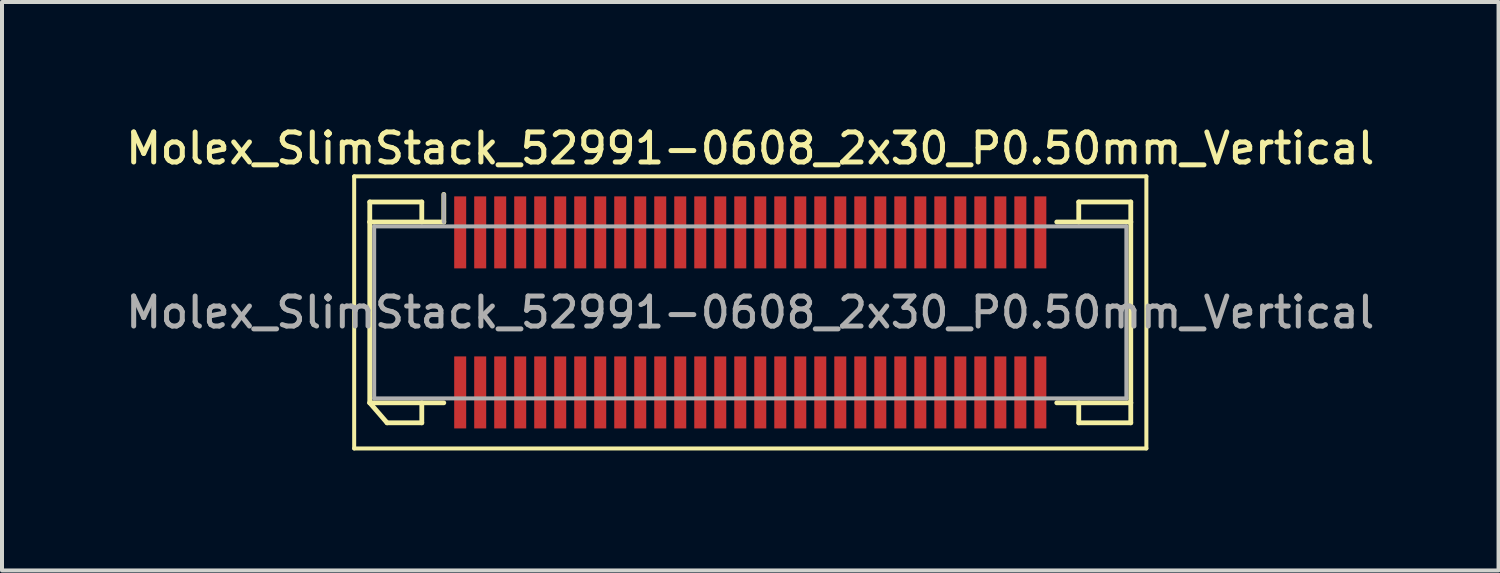
<source format=kicad_pcb>
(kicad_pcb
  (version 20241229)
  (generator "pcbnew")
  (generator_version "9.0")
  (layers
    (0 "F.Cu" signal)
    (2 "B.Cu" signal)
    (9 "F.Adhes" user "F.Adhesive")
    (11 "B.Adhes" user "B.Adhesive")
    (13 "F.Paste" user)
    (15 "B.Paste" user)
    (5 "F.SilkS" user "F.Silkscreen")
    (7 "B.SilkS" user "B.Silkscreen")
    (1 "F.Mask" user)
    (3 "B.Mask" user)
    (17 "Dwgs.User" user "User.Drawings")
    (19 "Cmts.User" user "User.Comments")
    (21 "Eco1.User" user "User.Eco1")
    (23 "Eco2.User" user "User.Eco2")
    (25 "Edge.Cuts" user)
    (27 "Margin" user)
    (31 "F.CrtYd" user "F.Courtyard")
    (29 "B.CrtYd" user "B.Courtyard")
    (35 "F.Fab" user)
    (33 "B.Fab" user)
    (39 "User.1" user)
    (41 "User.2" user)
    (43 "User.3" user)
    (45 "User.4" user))
  (footprint "Molex_SlimStack_52991-0608_2x30_P0.50mm_Vertical"
    (layer "F.Cu")
    (at 15.702 4.758)
    (property "Reference" "Molex_SlimStack_52991-0608_2x30_P0.50mm_Vertical" (at 0 -4.1 0) (layer "F.SilkS") (effects (font (size 0.75 0.75) (thickness 0.125))))
    (attr smd)
    (fp_line (start -9.9 -3.4) (end -9.9 3.4) (stroke (width 0.1) (type solid)) (layer "F.SilkS"))
    (fp_line (start -9.9 3.4) (end 9.9 3.4) (stroke (width 0.1) (type solid)) (layer "F.SilkS"))
    (fp_line (start -9.51 -2.76) (end -8.21 -2.76) (stroke (width 0.12) (type solid)) (layer "F.SilkS"))
    (fp_line (start -9.51 -2.26) (end -9.51 -2.76) (stroke (width 0.12) (type solid)) (layer "F.SilkS"))
    (fp_line (start -9.51 -2.26) (end -7.66 -2.26) (stroke (width 0.12) (type solid)) (layer "F.SilkS"))
    (fp_line (start -9.51 2.26) (end -9.51 -2.26) (stroke (width 0.12) (type solid)) (layer "F.SilkS"))
    (fp_line (start -9.51 2.26) (end -9.077 2.76) (stroke (width 0.12) (type solid)) (layer "F.SilkS"))
    (fp_line (start -9.077 2.76) (end -8.21 2.76) (stroke (width 0.12) (type solid)) (layer "F.SilkS"))
    (fp_line (start -8.21 -2.76) (end -8.21 -2.26) (stroke (width 0.12) (type solid)) (layer "F.SilkS"))
    (fp_line (start -8.21 2.76) (end -8.21 2.26) (stroke (width 0.12) (type solid)) (layer "F.SilkS"))
    (fp_line (start -7.66 -2.26) (end -7.66 -2.95) (stroke (width 0.12) (type solid)) (layer "F.SilkS"))
    (fp_line (start -7.66 2.26) (end -9.51 2.26) (stroke (width 0.12) (type solid)) (layer "F.SilkS"))
    (fp_line (start 7.66 2.26) (end 9.51 2.26) (stroke (width 0.12) (type solid)) (layer "F.SilkS"))
    (fp_line (start 8.21 -2.76) (end 8.21 -2.26) (stroke (width 0.12) (type solid)) (layer "F.SilkS"))
    (fp_line (start 8.21 2.76) (end 8.21 2.26) (stroke (width 0.12) (type solid)) (layer "F.SilkS"))
    (fp_line (start 9.51 -2.76) (end 8.21 -2.76) (stroke (width 0.12) (type solid)) (layer "F.SilkS"))
    (fp_line (start 9.51 -2.26) (end 7.66 -2.26) (stroke (width 0.12) (type solid)) (layer "F.SilkS"))
    (fp_line (start 9.51 -2.26) (end 9.51 -2.76) (stroke (width 0.12) (type solid)) (layer "F.SilkS"))
    (fp_line (start 9.51 2.26) (end 9.51 -2.26) (stroke (width 0.12) (type solid)) (layer "F.SilkS"))
    (fp_line (start 9.51 2.26) (end 9.51 2.76) (stroke (width 0.12) (type solid)) (layer "F.SilkS"))
    (fp_line (start 9.51 2.76) (end 8.21 2.76) (stroke (width 0.12) (type solid)) (layer "F.SilkS"))
    (fp_line (start 9.9 -3.4) (end -9.9 -3.4) (stroke (width 0.1) (type solid)) (layer "F.SilkS"))
    (fp_line (start 9.9 3.4) (end 9.9 -3.4) (stroke (width 0.1) (type solid)) (layer "F.SilkS"))
    (fp_line (start -9.4 -2.15) (end -9.4 2.15) (stroke (width 0.1) (type solid)) (layer "F.Fab"))
    (fp_line (start -9.4 2.15) (end 9.4 2.15) (stroke (width 0.1) (type solid)) (layer "F.Fab"))
    (fp_line (start -7.66 -2.26) (end -7.66 -2.95) (stroke (width 0.1) (type solid)) (layer "F.Fab"))
    (fp_line (start 9.4 -2.15) (end -9.4 -2.15) (stroke (width 0.1) (type solid)) (layer "F.Fab"))
    (fp_line (start 9.4 2.15) (end 9.4 -2.15) (stroke (width 0.1) (type solid)) (layer "F.Fab"))
    (fp_text user "${REFERENCE}" (at 0 0 0) (layer "F.Fab") (effects (font (size 0.75 0.75) (thickness 0.125))))
    (pad "1" smd rect (at -7.25 -2) (size 0.3 1.8) (layers "F.Cu" "F.Mask" "F.Paste"))
    (pad "2" smd rect (at -7.25 2) (size 0.3 1.8) (layers "F.Cu" "F.Mask" "F.Paste"))
    (pad "3" smd rect (at -6.75 -2) (size 0.3 1.8) (layers "F.Cu" "F.Mask" "F.Paste"))
    (pad "4" smd rect (at -6.75 2) (size 0.3 1.8) (layers "F.Cu" "F.Mask" "F.Paste"))
    (pad "5" smd rect (at -6.25 -2) (size 0.3 1.8) (layers "F.Cu" "F.Mask" "F.Paste"))
    (pad "6" smd rect (at -6.25 2) (size 0.3 1.8) (layers "F.Cu" "F.Mask" "F.Paste"))
    (pad "7" smd rect (at -5.75 -2) (size 0.3 1.8) (layers "F.Cu" "F.Mask" "F.Paste"))
    (pad "8" smd rect (at -5.75 2) (size 0.3 1.8) (layers "F.Cu" "F.Mask" "F.Paste"))
    (pad "9" smd rect (at -5.25 -2) (size 0.3 1.8) (layers "F.Cu" "F.Mask" "F.Paste"))
    (pad "10" smd rect (at -5.25 2) (size 0.3 1.8) (layers "F.Cu" "F.Mask" "F.Paste"))
    (pad "11" smd rect (at -4.75 -2) (size 0.3 1.8) (layers "F.Cu" "F.Mask" "F.Paste"))
    (pad "12" smd rect (at -4.75 2) (size 0.3 1.8) (layers "F.Cu" "F.Mask" "F.Paste"))
    (pad "13" smd rect (at -4.25 -2) (size 0.3 1.8) (layers "F.Cu" "F.Mask" "F.Paste"))
    (pad "14" smd rect (at -4.25 2) (size 0.3 1.8) (layers "F.Cu" "F.Mask" "F.Paste"))
    (pad "15" smd rect (at -3.75 -2) (size 0.3 1.8) (layers "F.Cu" "F.Mask" "F.Paste"))
    (pad "16" smd rect (at -3.75 2) (size 0.3 1.8) (layers "F.Cu" "F.Mask" "F.Paste"))
    (pad "17" smd rect (at -3.25 -2) (size 0.3 1.8) (layers "F.Cu" "F.Mask" "F.Paste"))
    (pad "18" smd rect (at -3.25 2) (size 0.3 1.8) (layers "F.Cu" "F.Mask" "F.Paste"))
    (pad "19" smd rect (at -2.75 -2) (size 0.3 1.8) (layers "F.Cu" "F.Mask" "F.Paste"))
    (pad "20" smd rect (at -2.75 2) (size 0.3 1.8) (layers "F.Cu" "F.Mask" "F.Paste"))
    (pad "21" smd rect (at -2.25 -2) (size 0.3 1.8) (layers "F.Cu" "F.Mask" "F.Paste"))
    (pad "22" smd rect (at -2.25 2) (size 0.3 1.8) (layers "F.Cu" "F.Mask" "F.Paste"))
    (pad "23" smd rect (at -1.75 -2) (size 0.3 1.8) (layers "F.Cu" "F.Mask" "F.Paste"))
    (pad "24" smd rect (at -1.75 2) (size 0.3 1.8) (layers "F.Cu" "F.Mask" "F.Paste"))
    (pad "25" smd rect (at -1.25 -2) (size 0.3 1.8) (layers "F.Cu" "F.Mask" "F.Paste"))
    (pad "26" smd rect (at -1.25 2) (size 0.3 1.8) (layers "F.Cu" "F.Mask" "F.Paste"))
    (pad "27" smd rect (at -0.75 -2) (size 0.3 1.8) (layers "F.Cu" "F.Mask" "F.Paste"))
    (pad "28" smd rect (at -0.75 2) (size 0.3 1.8) (layers "F.Cu" "F.Mask" "F.Paste"))
    (pad "29" smd rect (at -0.25 -2) (size 0.3 1.8) (layers "F.Cu" "F.Mask" "F.Paste"))
    (pad "30" smd rect (at -0.25 2) (size 0.3 1.8) (layers "F.Cu" "F.Mask" "F.Paste"))
    (pad "31" smd rect (at 0.25 -2) (size 0.3 1.8) (layers "F.Cu" "F.Mask" "F.Paste"))
    (pad "32" smd rect (at 0.25 2) (size 0.3 1.8) (layers "F.Cu" "F.Mask" "F.Paste"))
    (pad "33" smd rect (at 0.75 -2) (size 0.3 1.8) (layers "F.Cu" "F.Mask" "F.Paste"))
    (pad "34" smd rect (at 0.75 2) (size 0.3 1.8) (layers "F.Cu" "F.Mask" "F.Paste"))
    (pad "35" smd rect (at 1.25 -2) (size 0.3 1.8) (layers "F.Cu" "F.Mask" "F.Paste"))
    (pad "36" smd rect (at 1.25 2) (size 0.3 1.8) (layers "F.Cu" "F.Mask" "F.Paste"))
    (pad "37" smd rect (at 1.75 -2) (size 0.3 1.8) (layers "F.Cu" "F.Mask" "F.Paste"))
    (pad "38" smd rect (at 1.75 2) (size 0.3 1.8) (layers "F.Cu" "F.Mask" "F.Paste"))
    (pad "39" smd rect (at 2.25 -2) (size 0.3 1.8) (layers "F.Cu" "F.Mask" "F.Paste"))
    (pad "40" smd rect (at 2.25 2) (size 0.3 1.8) (layers "F.Cu" "F.Mask" "F.Paste"))
    (pad "41" smd rect (at 2.75 -2) (size 0.3 1.8) (layers "F.Cu" "F.Mask" "F.Paste"))
    (pad "42" smd rect (at 2.75 2) (size 0.3 1.8) (layers "F.Cu" "F.Mask" "F.Paste"))
    (pad "43" smd rect (at 3.25 -2) (size 0.3 1.8) (layers "F.Cu" "F.Mask" "F.Paste"))
    (pad "44" smd rect (at 3.25 2) (size 0.3 1.8) (layers "F.Cu" "F.Mask" "F.Paste"))
    (pad "45" smd rect (at 3.75 -2) (size 0.3 1.8) (layers "F.Cu" "F.Mask" "F.Paste"))
    (pad "46" smd rect (at 3.75 2) (size 0.3 1.8) (layers "F.Cu" "F.Mask" "F.Paste"))
    (pad "47" smd rect (at 4.25 -2) (size 0.3 1.8) (layers "F.Cu" "F.Mask" "F.Paste"))
    (pad "48" smd rect (at 4.25 2) (size 0.3 1.8) (layers "F.Cu" "F.Mask" "F.Paste"))
    (pad "49" smd rect (at 4.75 -2) (size 0.3 1.8) (layers "F.Cu" "F.Mask" "F.Paste"))
    (pad "50" smd rect (at 4.75 2) (size 0.3 1.8) (layers "F.Cu" "F.Mask" "F.Paste"))
    (pad "51" smd rect (at 5.25 -2) (size 0.3 1.8) (layers "F.Cu" "F.Mask" "F.Paste"))
    (pad "52" smd rect (at 5.25 2) (size 0.3 1.8) (layers "F.Cu" "F.Mask" "F.Paste"))
    (pad "53" smd rect (at 5.75 -2) (size 0.3 1.8) (layers "F.Cu" "F.Mask" "F.Paste"))
    (pad "54" smd rect (at 5.75 2) (size 0.3 1.8) (layers "F.Cu" "F.Mask" "F.Paste"))
    (pad "55" smd rect (at 6.25 -2) (size 0.3 1.8) (layers "F.Cu" "F.Mask" "F.Paste"))
    (pad "56" smd rect (at 6.25 2) (size 0.3 1.8) (layers "F.Cu" "F.Mask" "F.Paste"))
    (pad "57" smd rect (at 6.75 -2) (size 0.3 1.8) (layers "F.Cu" "F.Mask" "F.Paste"))
    (pad "58" smd rect (at 6.75 2) (size 0.3 1.8) (layers "F.Cu" "F.Mask" "F.Paste"))
    (pad "59" smd rect (at 7.25 -2) (size 0.3 1.8) (layers "F.Cu" "F.Mask" "F.Paste"))
    (pad "60" smd rect (at 7.25 2) (size 0.3 1.8) (layers "F.Cu" "F.Mask" "F.Paste")))
  (gr_rect
    (start -3 -3)
    (end 34.404 11.208)
    (stroke (width 0.1) (type default))
    (fill no)
    (layer "Edge.Cuts")))
</source>
